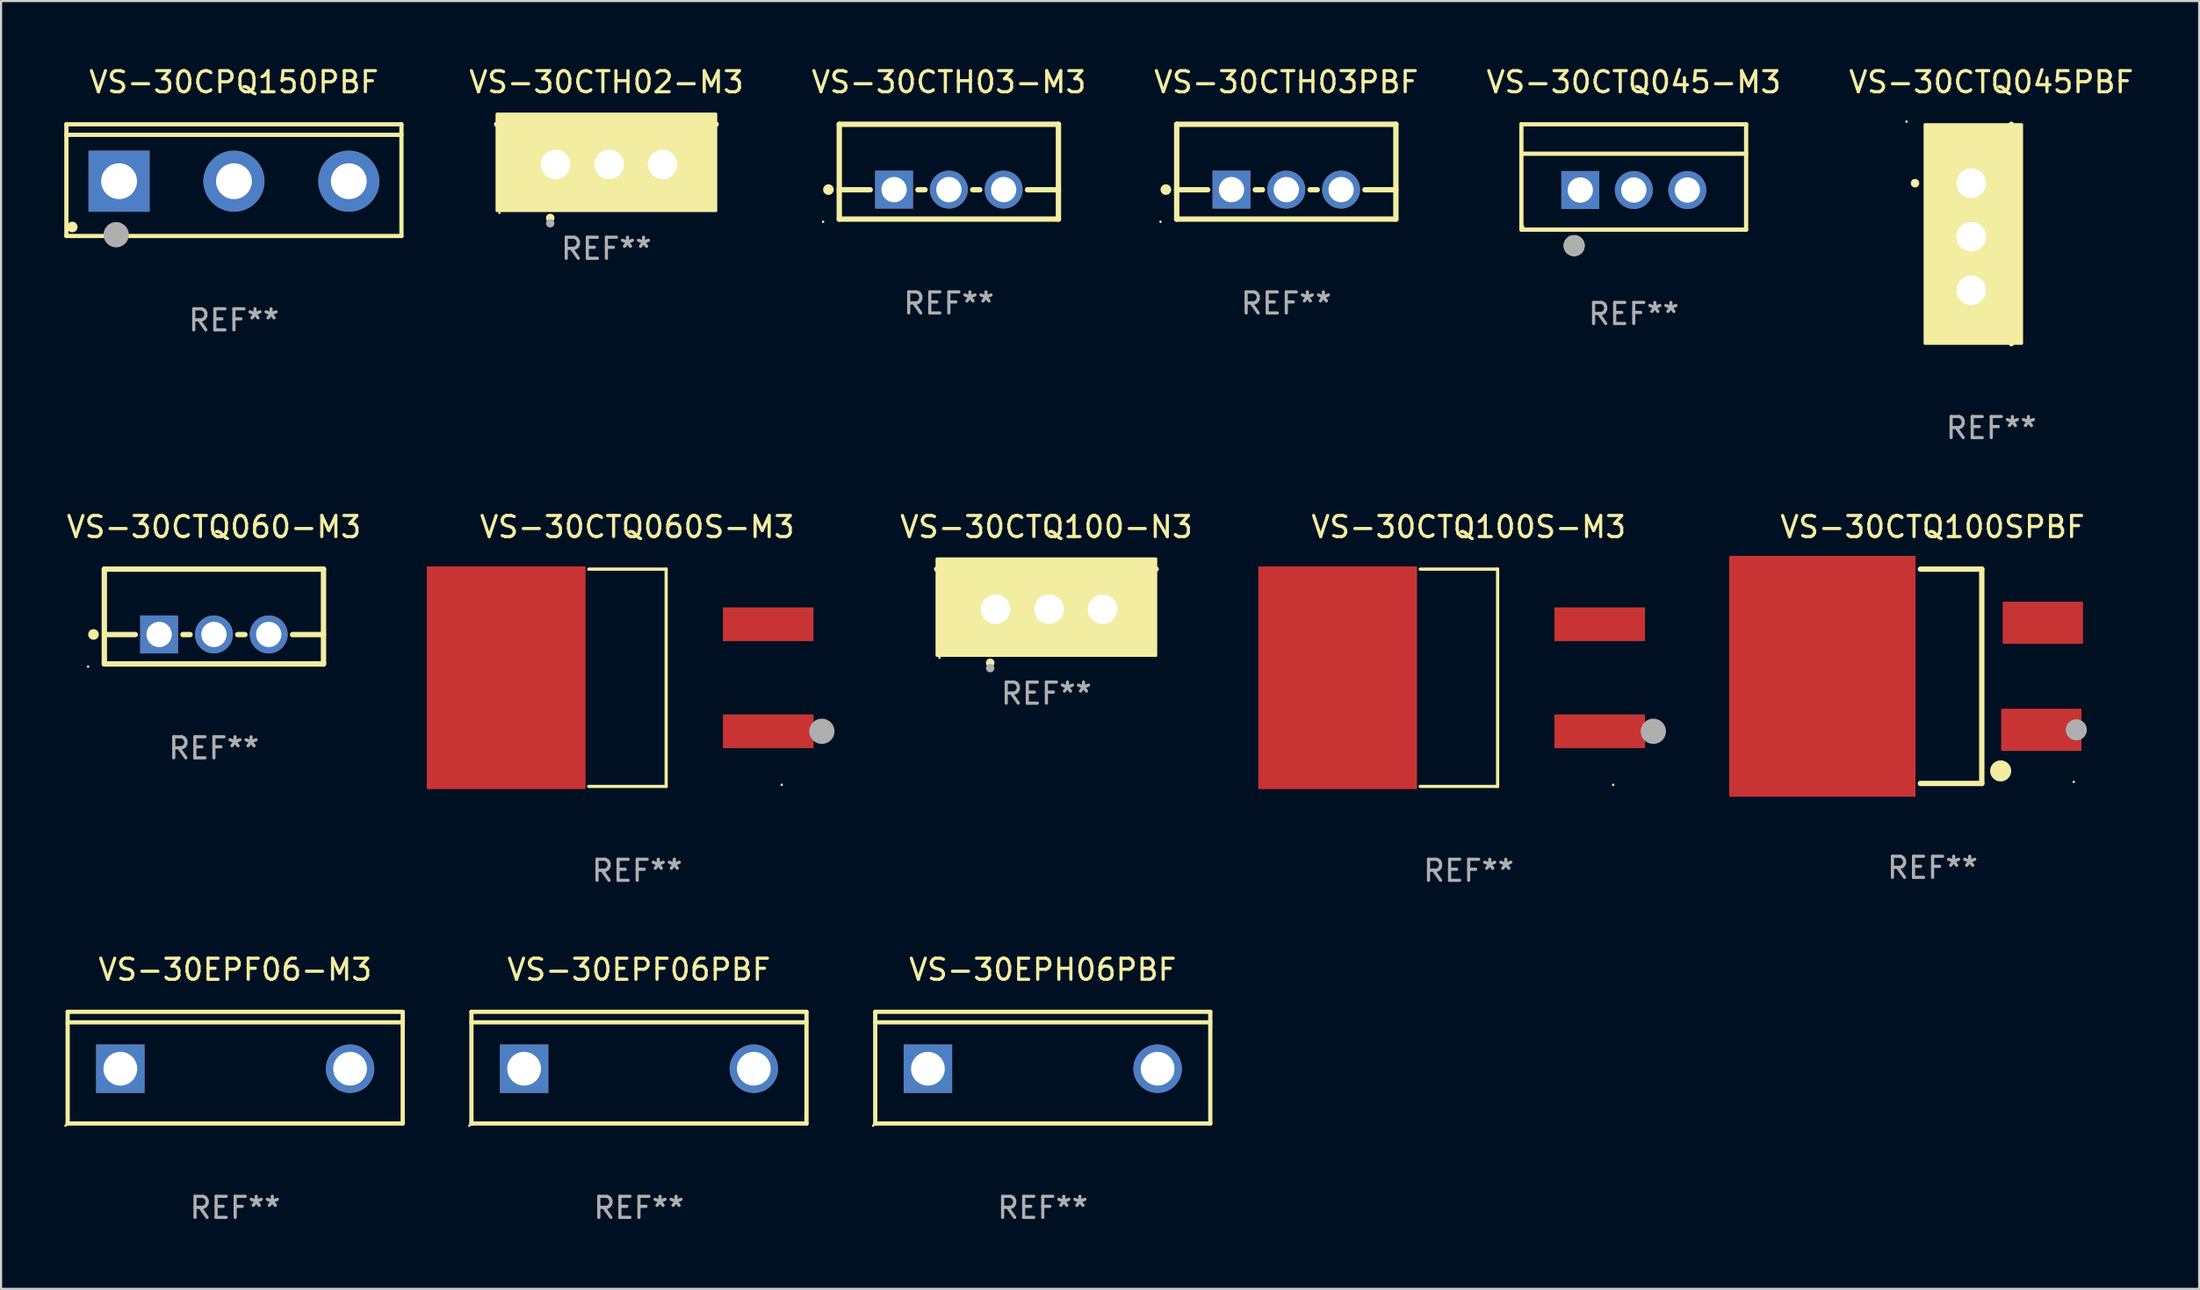
<source format=kicad_pcb>
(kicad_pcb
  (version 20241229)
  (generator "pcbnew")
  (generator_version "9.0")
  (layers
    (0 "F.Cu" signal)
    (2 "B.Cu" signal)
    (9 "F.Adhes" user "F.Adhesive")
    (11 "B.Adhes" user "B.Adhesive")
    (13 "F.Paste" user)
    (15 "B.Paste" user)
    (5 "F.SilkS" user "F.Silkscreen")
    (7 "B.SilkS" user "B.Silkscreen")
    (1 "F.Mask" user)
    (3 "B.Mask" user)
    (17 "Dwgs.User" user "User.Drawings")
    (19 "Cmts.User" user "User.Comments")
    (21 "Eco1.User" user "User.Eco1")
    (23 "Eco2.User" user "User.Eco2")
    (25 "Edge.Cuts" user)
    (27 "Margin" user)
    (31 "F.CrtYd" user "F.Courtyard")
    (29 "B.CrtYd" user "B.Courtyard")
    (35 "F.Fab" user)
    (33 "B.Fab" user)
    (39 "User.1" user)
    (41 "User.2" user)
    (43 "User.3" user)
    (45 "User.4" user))
  (footprint "VS-30CTQ045-M3"
    (layer "F.Cu")
    (at 74.475 5.348)
    (property "Reference" "VS-30CTQ045-M3" (at 0 -4.5 0) (layer "F.SilkS") (effects (font (size 1 1) (thickness 0.15))))
    (attr through_hole)
    (fp_line (start -5.332 2.5) (end -5.332 -2.5) (stroke (width 0.201) (type solid)) (layer "F.SilkS"))
    (fp_line (start -5.328 -2.5) (end 5.332 -2.5) (stroke (width 0.201) (type solid)) (layer "F.SilkS"))
    (fp_line (start -5.328 -1.104) (end 5.332 -1.104) (stroke (width 0.201) (type solid)) (layer "F.SilkS"))
    (fp_line (start 5.332 -2.5) (end 5.332 2.5) (stroke (width 0.201) (type solid)) (layer "F.SilkS"))
    (fp_line (start 5.332 2.5) (end -5.332 2.5) (stroke (width 0.201) (type solid)) (layer "F.SilkS"))
    (fp_circle (center -5.248 2.35) (end -5.218 2.35) (stroke (width 0.06) (type solid)) (fill no) (layer "F.SilkS"))
    (fp_circle (center -2.828 3.26) (end -2.578 3.26) (stroke (width 0.5) (type solid)) (fill no) (layer "F.SilkS"))
    (fp_circle (center -2.828 3.26) (end -2.578 3.26) (stroke (width 0.5) (type solid)) (fill no) (layer "F.Fab"))
    (fp_text user "REF**" (at 0 6.5 0) (layer "F.Fab") (effects (font (size 1 1) (thickness 0.15))))
    (pad "1" thru_hole rect (at -2.538 0.62) (size 1.8 1.8) (drill 1.2) (layers "*.Cu" "*.Mask"))
    (pad "2" thru_hole circle (at 0.002 0.62) (size 1.8 1.8) (drill 1.2) (layers "*.Cu" "*.Mask"))
    (pad "3" thru_hole circle (at 2.542 0.62) (size 1.8 1.8) (drill 1.2) (layers "*.Cu" "*.Mask")))
  (footprint "VS-30CTQ100SPBF"
    (layer "F.Cu")
    (at 88.655 29.045)
    (property "Reference" "VS-30CTQ100SPBF" (at 0 -7.086 0) (layer "F.SilkS") (effects (font (size 1 1) (thickness 0.15))))
    (attr through_hole)
    (fp_line (start 2.334 -5.086) (end -0.58 -5.086) (stroke (width 0.254) (type solid)) (layer "F.SilkS"))
    (fp_line (start 2.334 -5.086) (end 2.334 5.086) (stroke (width 0.254) (type solid)) (layer "F.SilkS"))
    (fp_line (start 2.334 5.086) (end -0.58 5.086) (stroke (width 0.254) (type solid)) (layer "F.SilkS"))
    (fp_circle (center 3.23 4.49) (end 3.48 4.49) (stroke (width 0.5) (type solid)) (fill no) (layer "F.SilkS"))
    (fp_circle (center 6.7 5.01) (end 6.73 5.01) (stroke (width 0.06) (type solid)) (fill no) (layer "F.SilkS"))
    (fp_circle (center 6.82 2.54) (end 7.07 2.54) (stroke (width 0.5) (type solid)) (fill no) (layer "F.Fab"))
    (fp_text user "REF**" (at 0 9.086 0) (layer "F.Fab") (effects (font (size 1 1) (thickness 0.15))))
    (pad "1" smd rect (at 5.16 2.54) (size 3.81 2) (layers "F.Cu" "F.Mask" "F.Paste"))
    (pad "3" smd rect (at 5.231 -2.54) (size 3.81 2) (layers "F.Cu" "F.Mask" "F.Paste"))
    (pad "4" smd rect (at -5.231 0) (size 8.84 11.43) (layers "F.Cu" "F.Mask" "F.Paste")))
  (footprint "VS-30CTQ100-N3"
    (layer "F.Cu")
    (at 46.603 24.911)
    (property "Reference" "VS-30CTQ100-N3" (at 0 -2.953 0) (layer "F.SilkS") (effects (font (size 1 1) (thickness 0.15))))
    (attr through_hole)
    (fp_line (start 5.207 -0.953) (end -5.207 -0.953) (stroke (width 0.254) (type solid)) (layer "F.SilkS"))
    (fp_arc (start -2.66698 3.49252) (mid -2.66571 3.492516) (end -2.66444 3.49252) (stroke (width 0.4) (type solid)) (layer "F.SilkS"))
    (fp_circle (center -5.073 3.252) (end -5.043 3.252) (stroke (width 0.06) (type solid)) (fill no) (layer "F.SilkS"))
    (fp_poly (pts (xy -5.2 -1.448) (xy 5.2 -1.448) (xy 5.2 3.152) (xy -5.2 3.152)) (stroke (width 0.12) (type solid)) (fill yes) (layer "F.SilkS"))
    (fp_circle (center -2.667 3.747) (end -2.567 3.747) (stroke (width 0.2) (type solid)) (fill no) (layer "F.Fab"))
    (fp_text user "REF**" (at 0 4.953 0) (layer "F.Fab") (effects (font (size 1 1) (thickness 0.15))))
    (pad "1" thru_hole rect (at -2.413 0.953) (size 2 2.5) (drill 1.4) (layers "*.Cu" "*.Mask"))
    (pad "2" thru_hole oval (at 0.127 0.953) (size 2 2.5) (drill 1.4) (layers "*.Cu" "*.Mask"))
    (pad "3" thru_hole oval (at 2.667 0.953) (size 2 2.5) (drill 1.4) (layers "*.Cu" "*.Mask")))
  (footprint "VS-30CPQ150PBF"
    (layer "F.Cu")
    (at 8.05 5.499)
    (property "Reference" "VS-30CPQ150PBF" (at 0 -4.65 0) (layer "F.SilkS") (effects (font (size 1 1) (thickness 0.15))))
    (attr through_hole)
    (fp_line (start -7.95 -2.65) (end -7.95 2.65) (stroke (width 0.2) (type solid)) (layer "F.SilkS"))
    (fp_line (start -7.95 -2.15) (end 7.95 -2.15) (stroke (width 0.2) (type solid)) (layer "F.SilkS"))
    (fp_line (start -7.95 2.65) (end 7.95 2.65) (stroke (width 0.2) (type solid)) (layer "F.SilkS"))
    (fp_line (start 7.95 -2.65) (end -7.95 -2.65) (stroke (width 0.2) (type solid)) (layer "F.SilkS"))
    (fp_line (start 7.95 2.65) (end 7.95 -2.65) (stroke (width 0.2) (type solid)) (layer "F.SilkS"))
    (fp_circle (center -7.672 2.223) (end -7.545 2.223) (stroke (width 0.254) (type solid)) (fill no) (layer "F.SilkS"))
    (fp_circle (center -5.587 2.59) (end -5.287 2.59) (stroke (width 0.6) (type solid)) (fill no) (layer "F.Fab"))
    (fp_text user "REF**" (at 0 6.65 0) (layer "F.Fab") (effects (font (size 1 1) (thickness 0.15))))
    (pad "1" thru_hole rect (at -5.45 0.05) (size 2.9 2.9) (drill 1.7) (layers "*.Cu" "*.Mask"))
    (pad "2" thru_hole circle (at 0.001 0.05) (size 2.9 2.9) (drill 1.7) (layers "*.Cu" "*.Mask"))
    (pad "3" thru_hole circle (at 5.451 0.05) (size 2.9 2.9) (drill 1.7) (layers "*.Cu" "*.Mask")))
  (footprint "VS-30CTH03-M3"
    (layer "F.Cu")
    (at 41.975 5.098)
    (property "Reference" "VS-30CTH03-M3" (at 0 -4.25 0) (layer "F.SilkS") (effects (font (size 1 1) (thickness 0.15))))
    (attr through_hole)
    (fp_line (start -5.2 -2.25) (end -5.2 2.25) (stroke (width 0.254) (type solid)) (layer "F.SilkS"))
    (fp_line (start -5.2 -2.25) (end 5.2 -2.25) (stroke (width 0.254) (type solid)) (layer "F.SilkS"))
    (fp_line (start -5.2 0.857) (end -3.731 0.857) (stroke (width 0.254) (type solid)) (layer "F.SilkS"))
    (fp_line (start -5.2 2.25) (end 5.2 2.25) (stroke (width 0.254) (type solid)) (layer "F.SilkS"))
    (fp_line (start -1.469 0.857) (end -1.131 0.857) (stroke (width 0.254) (type solid)) (layer "F.SilkS"))
    (fp_line (start 1.131 0.857) (end 1.469 0.857) (stroke (width 0.254) (type solid)) (layer "F.SilkS"))
    (fp_line (start 3.731 0.857) (end 5.2 0.857) (stroke (width 0.254) (type solid)) (layer "F.SilkS"))
    (fp_line (start 5.2 -2.25) (end 5.2 2.25) (stroke (width 0.254) (type solid)) (layer "F.SilkS"))
    (fp_circle (center -5.969 2.377) (end -5.939 2.377) (stroke (width 0.06) (type solid)) (fill no) (layer "F.SilkS"))
    (fp_circle (center -5.715 0.85) (end -5.588 0.85) (stroke (width 0.254) (type solid)) (fill no) (layer "F.SilkS"))
    (fp_text user "REF**" (at 0 6.25 0) (layer "F.Fab") (effects (font (size 1 1) (thickness 0.15))))
    (pad "1" thru_hole rect (at -2.6 0.85) (size 1.8 1.8) (drill 1.2) (layers "*.Cu" "*.Mask"))
    (pad "2" thru_hole circle (at 0 0.85) (size 1.8 1.8) (drill 1.2) (layers "*.Cu" "*.Mask"))
    (pad "3" thru_hole circle (at 2.6 0.85) (size 1.8 1.8) (drill 1.2) (layers "*.Cu" "*.Mask")))
  (footprint "VS-30CTQ060S-M3"
    (layer "F.Cu")
    (at 27.186 29.115)
    (property "Reference" "VS-30CTQ060S-M3" (at 0 -7.156 0) (layer "F.SilkS") (effects (font (size 1 1) (thickness 0.15))))
    (attr through_hole)
    (fp_line (start -2.3 -5.156) (end 1.374 -5.156) (stroke (width 0.152) (type solid)) (layer "F.SilkS"))
    (fp_line (start -2.3 5.156) (end 1.374 5.156) (stroke (width 0.152) (type solid)) (layer "F.SilkS"))
    (fp_line (start 1.374 5.156) (end 1.374 -5.156) (stroke (width 0.152) (type solid)) (layer "F.SilkS"))
    (fp_circle (center 6.858 5.08) (end 6.888 5.08) (stroke (width 0.06) (type solid)) (fill no) (layer "F.SilkS"))
    (fp_circle (center 8.763 2.54) (end 9.063 2.54) (stroke (width 0.6) (type solid)) (fill no) (layer "F.Fab"))
    (fp_text user "REF**" (at 0 9.156 0) (layer "F.Fab") (effects (font (size 1 1) (thickness 0.15))))
    (pad "1" smd rect (at 6.218 2.54 180) (size 4.3 1.6) (layers "F.Cu" "F.Mask" "F.Paste"))
    (pad "2" smd rect (at -6.218 0 180) (size 7.532 10.566) (layers "F.Cu" "F.Mask" "F.Paste"))
    (pad "3" smd rect (at 6.218 -2.54 180) (size 4.3 1.6) (layers "F.Cu" "F.Mask" "F.Paste")))
  (footprint "VS-30EPF06PBF"
    (layer "F.Cu")
    (at 27.27 47.618)
    (property "Reference" "VS-30EPF06PBF" (at 0 -4.65 0) (layer "F.SilkS") (effects (font (size 1 1) (thickness 0.15))))
    (attr through_hole)
    (fp_line (start -7.95 -2.65) (end -7.95 2.65) (stroke (width 0.2) (type solid)) (layer "F.SilkS"))
    (fp_line (start -7.95 -2.15) (end 7.95 -2.15) (stroke (width 0.2) (type solid)) (layer "F.SilkS"))
    (fp_line (start -7.95 2.65) (end 7.95 2.65) (stroke (width 0.2) (type solid)) (layer "F.SilkS"))
    (fp_line (start 7.95 -2.65) (end -7.95 -2.65) (stroke (width 0.2) (type solid)) (layer "F.SilkS"))
    (fp_line (start 7.95 2.65) (end 7.95 -2.65) (stroke (width 0.2) (type solid)) (layer "F.SilkS"))
    (fp_circle (center -8.05 2.75) (end -8.02 2.75) (stroke (width 0.06) (type solid)) (fill no) (layer "F.SilkS"))
    (fp_text user "REF**" (at 0 6.65 0) (layer "F.Fab") (effects (font (size 1 1) (thickness 0.15))))
    (pad "1" thru_hole rect (at -5.45 0.05) (size 2.3 2.3) (drill 1.6) (layers "*.Cu" "*.Mask"))
    (pad "2" thru_hole circle (at 5.451 0.05) (size 2.3 2.3) (drill 1.6) (layers "*.Cu" "*.Mask")))
  (footprint "VS-30CTH02-M3"
    (layer "F.Cu")
    (at 25.725 3.801)
    (property "Reference" "VS-30CTH02-M3" (at 0 -2.953 0) (layer "F.SilkS") (effects (font (size 1 1) (thickness 0.15))))
    (attr through_hole)
    (fp_line (start 5.207 -0.953) (end -5.207 -0.953) (stroke (width 0.254) (type solid)) (layer "F.SilkS"))
    (fp_arc (start -2.66698 3.49252) (mid -2.66571 3.492516) (end -2.66444 3.49252) (stroke (width 0.4) (type solid)) (layer "F.SilkS"))
    (fp_circle (center -5.073 3.252) (end -5.043 3.252) (stroke (width 0.06) (type solid)) (fill no) (layer "F.SilkS"))
    (fp_poly (pts (xy -5.2 -1.448) (xy 5.2 -1.448) (xy 5.2 3.152) (xy -5.2 3.152)) (stroke (width 0.12) (type solid)) (fill yes) (layer "F.SilkS"))
    (fp_circle (center -2.667 3.747) (end -2.567 3.747) (stroke (width 0.2) (type solid)) (fill no) (layer "F.Fab"))
    (fp_text user "REF**" (at 0 4.953 0) (layer "F.Fab") (effects (font (size 1 1) (thickness 0.15))))
    (pad "1" thru_hole rect (at -2.413 0.953) (size 2 2.5) (drill 1.4) (layers "*.Cu" "*.Mask"))
    (pad "2" thru_hole oval (at 0.127 0.953) (size 2 2.5) (drill 1.4) (layers "*.Cu" "*.Mask"))
    (pad "3" thru_hole oval (at 2.667 0.953) (size 2 2.5) (drill 1.4) (layers "*.Cu" "*.Mask")))
  (footprint "VS-30CTQ100S-M3"
    (layer "F.Cu")
    (at 66.641 29.115)
    (property "Reference" "VS-30CTQ100S-M3" (at 0 -7.156 0) (layer "F.SilkS") (effects (font (size 1 1) (thickness 0.15))))
    (attr through_hole)
    (fp_line (start -2.3 -5.156) (end 1.374 -5.156) (stroke (width 0.152) (type solid)) (layer "F.SilkS"))
    (fp_line (start -2.3 5.156) (end 1.374 5.156) (stroke (width 0.152) (type solid)) (layer "F.SilkS"))
    (fp_line (start 1.374 5.156) (end 1.374 -5.156) (stroke (width 0.152) (type solid)) (layer "F.SilkS"))
    (fp_circle (center 6.858 5.08) (end 6.888 5.08) (stroke (width 0.06) (type solid)) (fill no) (layer "F.SilkS"))
    (fp_circle (center 8.763 2.54) (end 9.063 2.54) (stroke (width 0.6) (type solid)) (fill no) (layer "F.Fab"))
    (fp_text user "REF**" (at 0 9.156 0) (layer "F.Fab") (effects (font (size 1 1) (thickness 0.15))))
    (pad "1" smd rect (at 6.218 2.54 180) (size 4.3 1.6) (layers "F.Cu" "F.Mask" "F.Paste"))
    (pad "2" smd rect (at -6.218 0 180) (size 7.532 10.566) (layers "F.Cu" "F.Mask" "F.Paste"))
    (pad "3" smd rect (at 6.218 -2.54 180) (size 4.3 1.6) (layers "F.Cu" "F.Mask" "F.Paste")))
  (footprint "VS-30EPF06-M3"
    (layer "F.Cu")
    (at 8.11 47.618)
    (property "Reference" "VS-30EPF06-M3" (at 0 -4.65 0) (layer "F.SilkS") (effects (font (size 1 1) (thickness 0.15))))
    (attr through_hole)
    (fp_line (start -7.95 -2.65) (end -7.95 2.65) (stroke (width 0.2) (type solid)) (layer "F.SilkS"))
    (fp_line (start -7.95 -2.15) (end 7.95 -2.15) (stroke (width 0.2) (type solid)) (layer "F.SilkS"))
    (fp_line (start -7.95 2.65) (end 7.95 2.65) (stroke (width 0.2) (type solid)) (layer "F.SilkS"))
    (fp_line (start 7.95 -2.65) (end -7.95 -2.65) (stroke (width 0.2) (type solid)) (layer "F.SilkS"))
    (fp_line (start 7.95 2.65) (end 7.95 -2.65) (stroke (width 0.2) (type solid)) (layer "F.SilkS"))
    (fp_circle (center -8.05 2.75) (end -8.02 2.75) (stroke (width 0.06) (type solid)) (fill no) (layer "F.SilkS"))
    (fp_text user "REF**" (at 0 6.65 0) (layer "F.Fab") (effects (font (size 1 1) (thickness 0.15))))
    (pad "1" thru_hole rect (at -5.45 0.05) (size 2.3 2.3) (drill 1.6) (layers "*.Cu" "*.Mask"))
    (pad "3" thru_hole circle (at 5.451 0.05) (size 2.3 2.3) (drill 1.6) (layers "*.Cu" "*.Mask")))
  (footprint "VS-30CTH03PBF"
    (layer "F.Cu")
    (at 57.987 5.098)
    (property "Reference" "VS-30CTH03PBF" (at 0 -4.25 0) (layer "F.SilkS") (effects (font (size 1 1) (thickness 0.15))))
    (attr through_hole)
    (fp_line (start -5.2 -2.25) (end -5.2 2.25) (stroke (width 0.254) (type solid)) (layer "F.SilkS"))
    (fp_line (start -5.2 -2.25) (end 5.2 -2.25) (stroke (width 0.254) (type solid)) (layer "F.SilkS"))
    (fp_line (start -5.2 0.857) (end -3.731 0.857) (stroke (width 0.254) (type solid)) (layer "F.SilkS"))
    (fp_line (start -5.2 2.25) (end 5.2 2.25) (stroke (width 0.254) (type solid)) (layer "F.SilkS"))
    (fp_line (start -1.469 0.857) (end -1.131 0.857) (stroke (width 0.254) (type solid)) (layer "F.SilkS"))
    (fp_line (start 1.131 0.857) (end 1.469 0.857) (stroke (width 0.254) (type solid)) (layer "F.SilkS"))
    (fp_line (start 3.731 0.857) (end 5.2 0.857) (stroke (width 0.254) (type solid)) (layer "F.SilkS"))
    (fp_line (start 5.2 -2.25) (end 5.2 2.25) (stroke (width 0.254) (type solid)) (layer "F.SilkS"))
    (fp_circle (center -5.969 2.377) (end -5.939 2.377) (stroke (width 0.06) (type solid)) (fill no) (layer "F.SilkS"))
    (fp_circle (center -5.715 0.85) (end -5.588 0.85) (stroke (width 0.254) (type solid)) (fill no) (layer "F.SilkS"))
    (fp_text user "REF**" (at 0 6.25 0) (layer "F.Fab") (effects (font (size 1 1) (thickness 0.15))))
    (pad "1" thru_hole rect (at -2.6 0.85) (size 1.8 1.8) (drill 1.2) (layers "*.Cu" "*.Mask"))
    (pad "2" thru_hole circle (at 0 0.85) (size 1.8 1.8) (drill 1.2) (layers "*.Cu" "*.Mask"))
    (pad "3" thru_hole circle (at 2.6 0.85) (size 1.8 1.8) (drill 1.2) (layers "*.Cu" "*.Mask")))
  (footprint "VS-30EPH06PBF"
    (layer "F.Cu")
    (at 46.431 47.618)
    (property "Reference" "VS-30EPH06PBF" (at 0 -4.65 0) (layer "F.SilkS") (effects (font (size 1 1) (thickness 0.15))))
    (attr through_hole)
    (fp_line (start -7.95 -2.65) (end -7.95 2.65) (stroke (width 0.2) (type solid)) (layer "F.SilkS"))
    (fp_line (start -7.95 -2.15) (end 7.95 -2.15) (stroke (width 0.2) (type solid)) (layer "F.SilkS"))
    (fp_line (start -7.95 2.65) (end 7.95 2.65) (stroke (width 0.2) (type solid)) (layer "F.SilkS"))
    (fp_line (start 7.95 -2.65) (end -7.95 -2.65) (stroke (width 0.2) (type solid)) (layer "F.SilkS"))
    (fp_line (start 7.95 2.65) (end 7.95 -2.65) (stroke (width 0.2) (type solid)) (layer "F.SilkS"))
    (fp_circle (center -8.05 2.75) (end -8.02 2.75) (stroke (width 0.06) (type solid)) (fill no) (layer "F.SilkS"))
    (fp_text user "REF**" (at 0 6.65 0) (layer "F.Fab") (effects (font (size 1 1) (thickness 0.15))))
    (pad "1" thru_hole rect (at -5.45 0.05) (size 2.3 2.3) (drill 1.6) (layers "*.Cu" "*.Mask"))
    (pad "2" thru_hole circle (at 5.451 0.05) (size 2.3 2.3) (drill 1.6) (layers "*.Cu" "*.Mask")))
  (footprint "VS-30CTQ060-M3"
    (layer "F.Cu")
    (at 7.101 26.209)
    (property "Reference" "VS-30CTQ060-M3" (at 0 -4.25 0) (layer "F.SilkS") (effects (font (size 1 1) (thickness 0.15))))
    (attr through_hole)
    (fp_line (start -5.2 -2.25) (end -5.2 2.25) (stroke (width 0.254) (type solid)) (layer "F.SilkS"))
    (fp_line (start -5.2 -2.25) (end 5.2 -2.25) (stroke (width 0.254) (type solid)) (layer "F.SilkS"))
    (fp_line (start -5.2 0.857) (end -3.731 0.857) (stroke (width 0.254) (type solid)) (layer "F.SilkS"))
    (fp_line (start -5.2 2.25) (end 5.2 2.25) (stroke (width 0.254) (type solid)) (layer "F.SilkS"))
    (fp_line (start -1.469 0.857) (end -1.131 0.857) (stroke (width 0.254) (type solid)) (layer "F.SilkS"))
    (fp_line (start 1.131 0.857) (end 1.469 0.857) (stroke (width 0.254) (type solid)) (layer "F.SilkS"))
    (fp_line (start 3.731 0.857) (end 5.2 0.857) (stroke (width 0.254) (type solid)) (layer "F.SilkS"))
    (fp_line (start 5.2 -2.25) (end 5.2 2.25) (stroke (width 0.254) (type solid)) (layer "F.SilkS"))
    (fp_circle (center -5.969 2.377) (end -5.939 2.377) (stroke (width 0.06) (type solid)) (fill no) (layer "F.SilkS"))
    (fp_circle (center -5.715 0.85) (end -5.588 0.85) (stroke (width 0.254) (type solid)) (fill no) (layer "F.SilkS"))
    (fp_text user "REF**" (at 0 6.25 0) (layer "F.Fab") (effects (font (size 1 1) (thickness 0.15))))
    (pad "1" thru_hole rect (at -2.6 0.85) (size 1.8 1.8) (drill 1.2) (layers "*.Cu" "*.Mask"))
    (pad "2" thru_hole circle (at 0 0.85) (size 1.8 1.8) (drill 1.2) (layers "*.Cu" "*.Mask"))
    (pad "3" thru_hole circle (at 2.6 0.85) (size 1.8 1.8) (drill 1.2) (layers "*.Cu" "*.Mask")))
  (footprint "VS-30CTQ045PBF"
    (layer "F.Cu")
    (at 91.44 8.055)
    (property "Reference" "VS-30CTQ045PBF" (at 0 -7.207 0) (layer "F.SilkS") (effects (font (size 1 1) (thickness 0.15))))
    (attr through_hole)
    (fp_line (start 0.953 5.207) (end 0.953 -5.207) (stroke (width 0.254) (type solid)) (layer "F.SilkS"))
    (fp_arc (start -3.619507 -2.410465) (mid -3.619511 -2.411735) (end -3.619507 -2.413005) (stroke (width 0.4) (type solid)) (layer "F.SilkS"))
    (fp_circle (center -4.02 -5.334) (end -3.99 -5.334) (stroke (width 0.06) (type solid)) (fill no) (layer "F.SilkS"))
    (fp_poly (pts (xy -3.152 -5.2) (xy 1.448 -5.2) (xy 1.448 5.2) (xy -3.152 5.2)) (stroke (width 0.12) (type solid)) (fill yes) (layer "F.SilkS"))
    (fp_text user "REF**" (at 0 9.207 0) (layer "F.Fab") (effects (font (size 1 1) (thickness 0.15))))
    (pad "1" thru_hole rect (at -0.953 -2.413 270) (size 2 2.5) (drill 1.4) (layers "*.Cu" "*.Mask"))
    (pad "2" thru_hole oval (at -0.953 0.127 270) (size 2 2.5) (drill 1.4) (layers "*.Cu" "*.Mask"))
    (pad "3" thru_hole oval (at -0.953 2.667 270) (size 2 2.5) (drill 1.4) (layers "*.Cu" "*.Mask")))
  (gr_rect
    (start -3 -3)
    (end 101.303 58.117)
    (stroke (width 0.1) (type default))
    (fill no)
    (layer "Edge.Cuts")))
</source>
